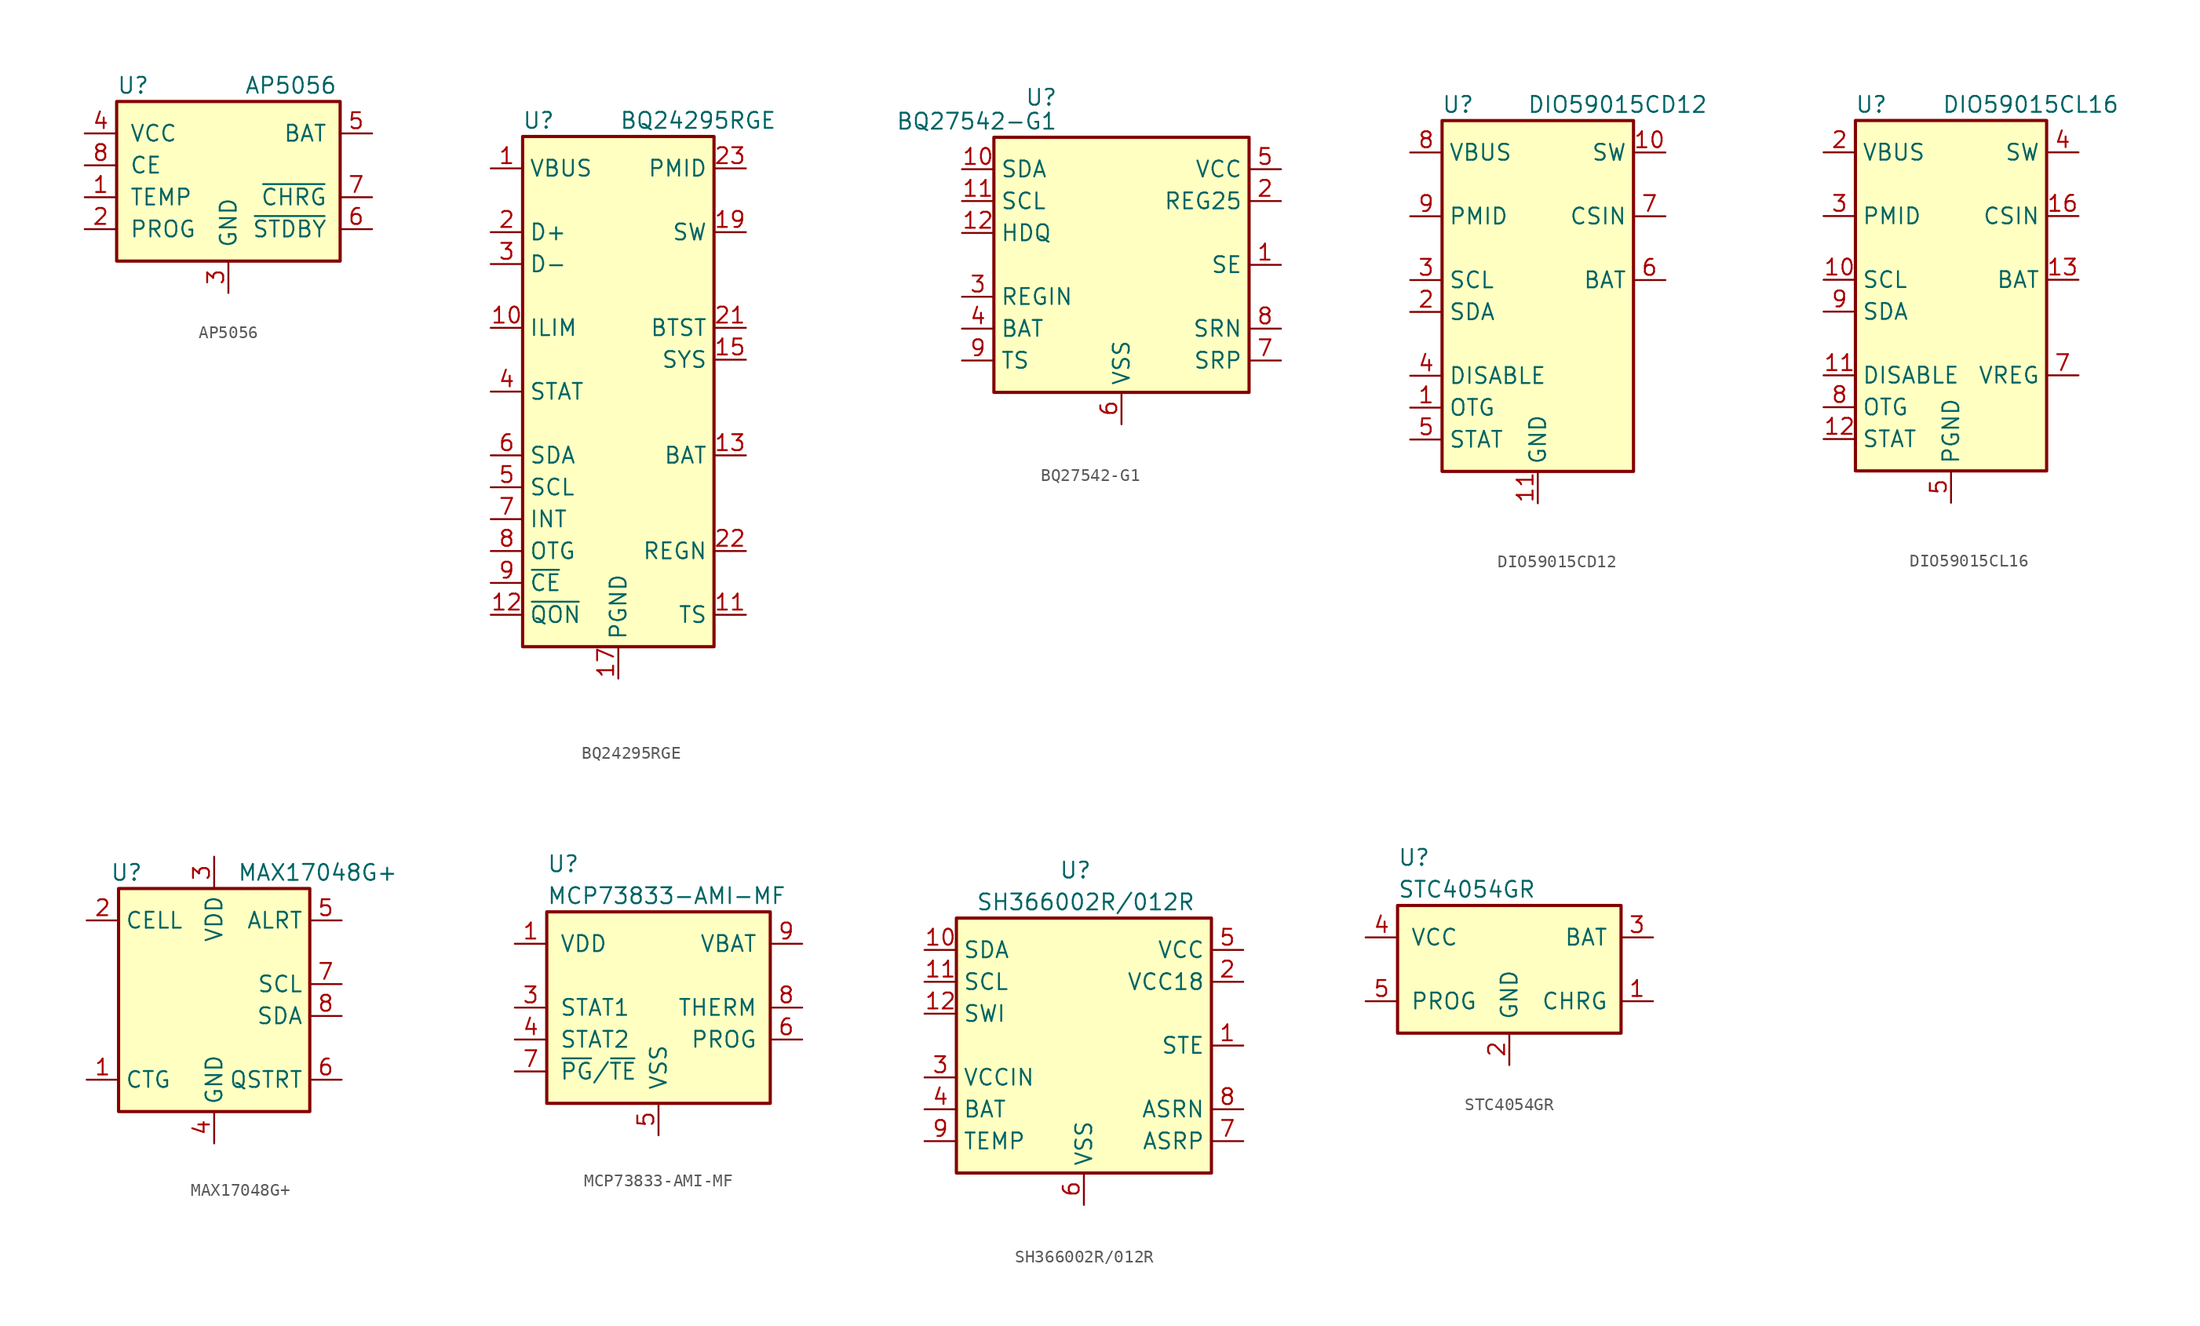
<source format=kicad_sym>
(kicad_symbol_lib
  (version 20220914)
  (generator kicad_symbol_editor)
  (symbol "AP5056"
    (pin_names
      (offset 1.016))
    (property "Reference" "U"
      (at -8.89 6.35 0)
      (effects (font (size 1.27 1.27)) (justify left)))
    (property "Value" "AP5056"
      (at 1.27 6.35 0)
      (effects (font (size 1.27 1.27)) (justify left)))
    (symbol "AP5056_0_1"
      (rectangle (start -8.89 5.08) (end 8.89 -7.62) (stroke (width 0.254) (type default)) (fill (type background))))
    (symbol "AP5056_1_1"
      (pin input line (at -11.43 -2.54 0) (length 2.54) (name "TEMP" (effects (font (size 1.27 1.27)))) (number "1" (effects (font (size 1.27 1.27)))))
      (pin input line (at -11.43 -5.08 0) (length 2.54) (name "PROG" (effects (font (size 1.27 1.27)))) (number "2" (effects (font (size 1.27 1.27)))))
      (pin power_in line (at 0 -10.16 90) (length 2.54) (name "GND" (effects (font (size 1.27 1.27)))) (number "3" (effects (font (size 1.27 1.27)))))
      (pin power_in line (at -11.43 2.54 0) (length 2.54) (name "VCC" (effects (font (size 1.27 1.27)))) (number "4" (effects (font (size 1.27 1.27)))))
      (pin power_out line (at 11.43 2.54 180) (length 2.54) (name "BAT" (effects (font (size 1.27 1.27)))) (number "5" (effects (font (size 1.27 1.27)))))
      (pin open_collector line (at 11.43 -5.08 180) (length 2.54) (name "~{STDBY}" (effects (font (size 1.27 1.27)))) (number "6" (effects (font (size 1.27 1.27)))))
      (pin open_collector line (at 11.43 -2.54 180) (length 2.54) (name "~{CHRG}" (effects (font (size 1.27 1.27)))) (number "7" (effects (font (size 1.27 1.27)))))
      (pin input line (at -11.43 0 0) (length 2.54) (name "CE" (effects (font (size 1.27 1.27)))) (number "8" (effects (font (size 1.27 1.27)))))
      (pin power_in line (at 0 -10.16 90) (length 2.54) hide (name "PAD" (effects (font (size 1.27 1.27)))) (number "9" (effects (font (size 1.27 1.27)))))))
  (symbol "BQ24295RGE"
    (property "Reference" "U"
      (at -6.35 21.59 0)
      (effects (font (size 1.27 1.27))))
    (property "Value" "BQ24295RGE"
      (at 6.35 21.59 0)
      (effects (font (size 1.27 1.27))))
    (symbol "BQ24295RGE_0_1"
      (rectangle (start -7.62 20.32) (end 7.62 -20.32) (stroke (width 0.254) (type default)) (fill (type background))))
    (symbol "BQ24295RGE_1_1"
      (pin power_in line (at -10.16 17.78 0) (length 2.54) (name "VBUS" (effects (font (size 1.27 1.27)))) (number "1" (effects (font (size 1.27 1.27)))))
      (pin passive line (at -10.16 5.08 0) (length 2.54) (name "ILIM" (effects (font (size 1.27 1.27)))) (number "10" (effects (font (size 1.27 1.27)))))
      (pin passive line (at 10.16 -17.78 180) (length 2.54) (name "TS" (effects (font (size 1.27 1.27)))) (number "11" (effects (font (size 1.27 1.27)))))
      (pin input line (at -10.16 -17.78 0) (length 2.54) (name "~{QON}" (effects (font (size 1.27 1.27)))) (number "12" (effects (font (size 1.27 1.27)))))
      (pin passive line (at 10.16 -5.08 180) (length 2.54) (name "BAT" (effects (font (size 1.27 1.27)))) (number "13" (effects (font (size 1.27 1.27)))))
      (pin passive line (at 10.16 -5.08 180) (length 2.54) hide (name "BAT" (effects (font (size 1.27 1.27)))) (number "14" (effects (font (size 1.27 1.27)))))
      (pin passive line (at 10.16 2.54 180) (length 2.54) (name "SYS" (effects (font (size 1.27 1.27)))) (number "15" (effects (font (size 1.27 1.27)))))
      (pin passive line (at 10.16 2.54 180) (length 2.54) hide (name "SYS" (effects (font (size 1.27 1.27)))) (number "16" (effects (font (size 1.27 1.27)))))
      (pin power_in line (at 0 -22.86 90) (length 2.54) (name "PGND" (effects (font (size 1.27 1.27)))) (number "17" (effects (font (size 1.27 1.27)))))
      (pin passive line (at 0 -22.86 90) (length 2.54) hide (name "PGND" (effects (font (size 1.27 1.27)))) (number "18" (effects (font (size 1.27 1.27)))))
      (pin power_out line (at 10.16 12.7 180) (length 2.54) (name "SW" (effects (font (size 1.27 1.27)))) (number "19" (effects (font (size 1.27 1.27)))))
      (pin bidirectional line (at -10.16 12.7 0) (length 2.54) (name "D+" (effects (font (size 1.27 1.27)))) (number "2" (effects (font (size 1.27 1.27)))))
      (pin passive line (at 10.16 12.7 180) (length 2.54) hide (name "SW" (effects (font (size 1.27 1.27)))) (number "20" (effects (font (size 1.27 1.27)))))
      (pin passive line (at 10.16 5.08 180) (length 2.54) (name "BTST" (effects (font (size 1.27 1.27)))) (number "21" (effects (font (size 1.27 1.27)))))
      (pin passive line (at 10.16 -12.7 180) (length 2.54) (name "REGN" (effects (font (size 1.27 1.27)))) (number "22" (effects (font (size 1.27 1.27)))))
      (pin power_out line (at 10.16 17.78 180) (length 2.54) (name "PMID" (effects (font (size 1.27 1.27)))) (number "23" (effects (font (size 1.27 1.27)))))
      (pin passive line (at -10.16 17.78 0) (length 2.54) hide (name "VBUS" (effects (font (size 1.27 1.27)))) (number "24" (effects (font (size 1.27 1.27)))))
      (pin passive line (at 0 -22.86 90) (length 2.54) hide (name "PGND" (effects (font (size 1.27 1.27)))) (number "25" (effects (font (size 1.27 1.27)))))
      (pin bidirectional line (at -10.16 10.16 0) (length 2.54) (name "D-" (effects (font (size 1.27 1.27)))) (number "3" (effects (font (size 1.27 1.27)))))
      (pin open_collector line (at -10.16 0 0) (length 2.54) (name "STAT" (effects (font (size 1.27 1.27)))) (number "4" (effects (font (size 1.27 1.27)))))
      (pin input line (at -10.16 -7.62 0) (length 2.54) (name "SCL" (effects (font (size 1.27 1.27)))) (number "5" (effects (font (size 1.27 1.27)))))
      (pin bidirectional line (at -10.16 -5.08 0) (length 2.54) (name "SDA" (effects (font (size 1.27 1.27)))) (number "6" (effects (font (size 1.27 1.27)))))
      (pin open_collector line (at -10.16 -10.16 0) (length 2.54) (name "INT" (effects (font (size 1.27 1.27)))) (number "7" (effects (font (size 1.27 1.27)))))
      (pin input line (at -10.16 -12.7 0) (length 2.54) (name "OTG" (effects (font (size 1.27 1.27)))) (number "8" (effects (font (size 1.27 1.27)))))
      (pin input line (at -10.16 -15.24 0) (length 2.54) (name "~{CE}" (effects (font (size 1.27 1.27)))) (number "9" (effects (font (size 1.27 1.27)))))))
  (symbol "BQ27542-G1"
    (property "Reference" "U"
      (at -5.08 13.335 0)
      (effects (font (size 1.27 1.27)) (justify right)))
    (property "Value" "BQ27542-G1"
      (at -5.08 11.43 0)
      (effects (font (size 1.27 1.27)) (justify right)))
    (symbol "BQ27542-G1_0_1"
      (rectangle (start -10.16 10.16) (end 10.16 -10.16) (stroke (width 0.254) (type default)) (fill (type background))))
    (symbol "BQ27542-G1_1_1"
      (pin output line (at 12.7 0 180) (length 2.54) (name "SE" (effects (font (size 1.27 1.27)))) (number "1" (effects (font (size 1.27 1.27)))))
      (pin bidirectional line (at -12.7 7.62 0) (length 2.54) (name "SDA" (effects (font (size 1.27 1.27)))) (number "10" (effects (font (size 1.27 1.27)))))
      (pin input line (at -12.7 5.08 0) (length 2.54) (name "SCL" (effects (font (size 1.27 1.27)))) (number "11" (effects (font (size 1.27 1.27)))))
      (pin bidirectional line (at -12.7 2.54 0) (length 2.54) (name "HDQ" (effects (font (size 1.27 1.27)))) (number "12" (effects (font (size 1.27 1.27)))))
      (pin passive line (at 0 -12.7 90) (length 2.54) hide (name "PAD" (effects (font (size 1.27 1.27)))) (number "13" (effects (font (size 1.27 1.27)))))
      (pin output line (at 12.7 5.08 180) (length 2.54) (name "REG25" (effects (font (size 1.27 1.27)))) (number "2" (effects (font (size 1.27 1.27)))))
      (pin input line (at -12.7 -2.54 0) (length 2.54) (name "REGIN" (effects (font (size 1.27 1.27)))) (number "3" (effects (font (size 1.27 1.27)))))
      (pin input line (at -12.7 -5.08 0) (length 2.54) (name "BAT" (effects (font (size 1.27 1.27)))) (number "4" (effects (font (size 1.27 1.27)))))
      (pin input line (at 12.7 7.62 180) (length 2.54) (name "VCC" (effects (font (size 1.27 1.27)))) (number "5" (effects (font (size 1.27 1.27)))))
      (pin power_in line (at 0 -12.7 90) (length 2.54) (name "VSS" (effects (font (size 1.27 1.27)))) (number "6" (effects (font (size 1.27 1.27)))))
      (pin input line (at 12.7 -7.62 180) (length 2.54) (name "SRP" (effects (font (size 1.27 1.27)))) (number "7" (effects (font (size 1.27 1.27)))))
      (pin input line (at 12.7 -5.08 180) (length 2.54) (name "SRN" (effects (font (size 1.27 1.27)))) (number "8" (effects (font (size 1.27 1.27)))))
      (pin input line (at -12.7 -7.62 0) (length 2.54) (name "TS" (effects (font (size 1.27 1.27)))) (number "9" (effects (font (size 1.27 1.27)))))))
  (symbol "DIO59015CD12"
    (property "Reference" "U"
      (at -6.35 15.24 0)
      (effects (font (size 1.27 1.27))))
    (property "Value" "DIO59015CD12"
      (at 6.35 15.24 0)
      (effects (font (size 1.27 1.27))))
    (symbol "DIO59015CD12_0_0"
      (pin passive line (at 0 -16.51 90) (length 2.54) hide (name "PAD" (effects (font (size 1.27 1.27)))) (number "13" (effects (font (size 1.27 1.27))))))
    (symbol "DIO59015CD12_0_1"
      (rectangle (start -7.62 13.97) (end 7.62 -13.97) (stroke (width 0.254) (type default)) (fill (type background))))
    (symbol "DIO59015CD12_1_1"
      (pin input line (at -10.16 -8.89 0) (length 2.54) (name "OTG" (effects (font (size 1.27 1.27)))) (number "1" (effects (font (size 1.27 1.27)))))
      (pin power_out line (at 10.16 11.43 180) (length 2.54) (name "SW" (effects (font (size 1.27 1.27)))) (number "10" (effects (font (size 1.27 1.27)))))
      (pin power_in line (at 0 -16.51 90) (length 2.54) (name "GND" (effects (font (size 1.27 1.27)))) (number "11" (effects (font (size 1.27 1.27)))))
      (pin passive line (at 0 -16.51 90) (length 2.54) hide (name "GND" (effects (font (size 1.27 1.27)))) (number "12" (effects (font (size 1.27 1.27)))))
      (pin bidirectional line (at -10.16 -1.27 0) (length 2.54) (name "SDA" (effects (font (size 1.27 1.27)))) (number "2" (effects (font (size 1.27 1.27)))))
      (pin input line (at -10.16 1.27 0) (length 2.54) (name "SCL" (effects (font (size 1.27 1.27)))) (number "3" (effects (font (size 1.27 1.27)))))
      (pin input line (at -10.16 -6.35 0) (length 2.54) (name "DISABLE" (effects (font (size 1.27 1.27)))) (number "4" (effects (font (size 1.27 1.27)))))
      (pin open_collector line (at -10.16 -11.43 0) (length 2.54) (name "STAT" (effects (font (size 1.27 1.27)))) (number "5" (effects (font (size 1.27 1.27)))))
      (pin passive line (at 10.16 1.27 180) (length 2.54) (name "BAT" (effects (font (size 1.27 1.27)))) (number "6" (effects (font (size 1.27 1.27)))))
      (pin passive line (at 10.16 6.35 180) (length 2.54) (name "CSIN" (effects (font (size 1.27 1.27)))) (number "7" (effects (font (size 1.27 1.27)))))
      (pin power_in line (at -10.16 11.43 0) (length 2.54) (name "VBUS" (effects (font (size 1.27 1.27)))) (number "8" (effects (font (size 1.27 1.27)))))
      (pin power_in line (at -10.16 6.35 0) (length 2.54) (name "PMID" (effects (font (size 1.27 1.27)))) (number "9" (effects (font (size 1.27 1.27)))))))
  (symbol "DIO59015CL16"
    (property "Reference" "U"
      (at -6.35 15.24 0)
      (effects (font (size 1.27 1.27))))
    (property "Value" "DIO59015CL16"
      (at 6.35 15.24 0)
      (effects (font (size 1.27 1.27))))
    (symbol "DIO59015CL16_0_0"
      (pin passive line (at 0 -16.51 90) (length 2.54) hide (name "PAD" (effects (font (size 1.27 1.27)))) (number "17" (effects (font (size 1.27 1.27))))))
    (symbol "DIO59015CL16_0_1"
      (rectangle (start -7.62 13.97) (end 7.62 -13.97) (stroke (width 0.254) (type default)) (fill (type background))))
    (symbol "DIO59015CL16_1_1"
      (pin no_connect line (at 10.16 -8.89 180) (length 2.54) hide (name "NC" (effects (font (size 1.27 1.27)))) (number "1" (effects (font (size 1.27 1.27)))))
      (pin input line (at -10.16 1.27 0) (length 2.54) (name "SCL" (effects (font (size 1.27 1.27)))) (number "10" (effects (font (size 1.27 1.27)))))
      (pin input line (at -10.16 -6.35 0) (length 2.54) (name "DISABLE" (effects (font (size 1.27 1.27)))) (number "11" (effects (font (size 1.27 1.27)))))
      (pin open_collector line (at -10.16 -11.43 0) (length 2.54) (name "STAT" (effects (font (size 1.27 1.27)))) (number "12" (effects (font (size 1.27 1.27)))))
      (pin passive line (at 10.16 1.27 180) (length 2.54) (name "BAT" (effects (font (size 1.27 1.27)))) (number "13" (effects (font (size 1.27 1.27)))))
      (pin no_connect line (at 10.16 -11.43 180) (length 2.54) hide (name "NC" (effects (font (size 1.27 1.27)))) (number "14" (effects (font (size 1.27 1.27)))))
      (pin passive line (at 10.16 1.27 180) (length 2.54) hide (name "BAT" (effects (font (size 1.27 1.27)))) (number "15" (effects (font (size 1.27 1.27)))))
      (pin passive line (at 10.16 6.35 180) (length 2.54) (name "CSIN" (effects (font (size 1.27 1.27)))) (number "16" (effects (font (size 1.27 1.27)))))
      (pin power_in line (at -10.16 11.43 0) (length 2.54) (name "VBUS" (effects (font (size 1.27 1.27)))) (number "2" (effects (font (size 1.27 1.27)))))
      (pin power_in line (at -10.16 6.35 0) (length 2.54) (name "PMID" (effects (font (size 1.27 1.27)))) (number "3" (effects (font (size 1.27 1.27)))))
      (pin power_out line (at 10.16 11.43 180) (length 2.54) (name "SW" (effects (font (size 1.27 1.27)))) (number "4" (effects (font (size 1.27 1.27)))))
      (pin power_in line (at 0 -16.51 90) (length 2.54) (name "PGND" (effects (font (size 1.27 1.27)))) (number "5" (effects (font (size 1.27 1.27)))))
      (pin passive line (at 0 -16.51 90) (length 2.54) hide (name "AGND" (effects (font (size 1.27 1.27)))) (number "6" (effects (font (size 1.27 1.27)))))
      (pin passive line (at 10.16 -6.35 180) (length 2.54) (name "VREG" (effects (font (size 1.27 1.27)))) (number "7" (effects (font (size 1.27 1.27)))))
      (pin input line (at -10.16 -8.89 0) (length 2.54) (name "OTG" (effects (font (size 1.27 1.27)))) (number "8" (effects (font (size 1.27 1.27)))))
      (pin bidirectional line (at -10.16 -1.27 0) (length 2.54) (name "SDA" (effects (font (size 1.27 1.27)))) (number "9" (effects (font (size 1.27 1.27)))))))
  (symbol "MAX17048G+"
    (property "Reference" "U"
      (at -6.985 10.16 0)
      (effects (font (size 1.27 1.27))))
    (property "Value" "MAX17048G+"
      (at 8.255 10.16 0)
      (effects (font (size 1.27 1.27))))
    (symbol "MAX17048G+_0_1"
      (rectangle (start -7.62 8.89) (end 7.62 -8.89) (stroke (width 0.254) (type default)) (fill (type background))))
    (symbol "MAX17048G+_1_1"
      (pin passive line (at -10.16 -6.35 0) (length 2.54) (name "CTG" (effects (font (size 1.27 1.27)))) (number "1" (effects (font (size 1.27 1.27)))))
      (pin input line (at -10.16 6.35 0) (length 2.54) (name "CELL" (effects (font (size 1.27 1.27)))) (number "2" (effects (font (size 1.27 1.27)))))
      (pin power_in line (at 0 11.43 270) (length 2.54) (name "VDD" (effects (font (size 1.27 1.27)))) (number "3" (effects (font (size 1.27 1.27)))))
      (pin power_in line (at 0 -11.43 90) (length 2.54) (name "GND" (effects (font (size 1.27 1.27)))) (number "4" (effects (font (size 1.27 1.27)))))
      (pin open_collector line (at 10.16 6.35 180) (length 2.54) (name "ALRT" (effects (font (size 1.27 1.27)))) (number "5" (effects (font (size 1.27 1.27)))))
      (pin input line (at 10.16 -6.35 180) (length 2.54) (name "QSTRT" (effects (font (size 1.27 1.27)))) (number "6" (effects (font (size 1.27 1.27)))))
      (pin input line (at 10.16 1.27 180) (length 2.54) (name "SCL" (effects (font (size 1.27 1.27)))) (number "7" (effects (font (size 1.27 1.27)))))
      (pin bidirectional line (at 10.16 -1.27 180) (length 2.54) (name "SDA" (effects (font (size 1.27 1.27)))) (number "8" (effects (font (size 1.27 1.27)))))
      (pin passive line (at 0 -11.43 90) (length 2.54) hide (name "EP" (effects (font (size 1.27 1.27)))) (number "9" (effects (font (size 1.27 1.27)))))))
  (symbol "MCP73833-AMI-MF"
    (pin_names
      (offset 1.016))
    (property "Reference" "U"
      (at -8.89 11.43 0)
      (effects (font (size 1.27 1.27)) (justify left)))
    (property "Value" "MCP73833-AMI-MF"
      (at -8.89 8.89 0)
      (effects (font (size 1.27 1.27)) (justify left)))
    (symbol "MCP73833-AMI-MF_0_1"
      (rectangle (start -8.89 7.62) (end 8.89 -7.62) (stroke (width 0.254) (type default)) (fill (type background))))
    (symbol "MCP73833-AMI-MF_1_1"
      (pin power_in line (at -11.43 5.08 0) (length 2.54) (name "VDD" (effects (font (size 1.27 1.27)))) (number "1" (effects (font (size 1.27 1.27)))))
      (pin passive line (at 11.43 5.08 180) (length 2.54) hide (name "VBAT" (effects (font (size 1.27 1.27)))) (number "10" (effects (font (size 1.27 1.27)))))
      (pin passive line (at 0 -10.16 90) (length 2.54) hide (name "VSS" (effects (font (size 1.27 1.27)))) (number "11" (effects (font (size 1.27 1.27)))))
      (pin power_in line (at -11.43 5.08 0) (length 2.54) hide (name "VDD" (effects (font (size 1.27 1.27)))) (number "2" (effects (font (size 1.27 1.27)))))
      (pin open_collector line (at -11.43 0 0) (length 2.54) (name "STAT1" (effects (font (size 1.27 1.27)))) (number "3" (effects (font (size 1.27 1.27)))))
      (pin open_collector line (at -11.43 -2.54 0) (length 2.54) (name "STAT2" (effects (font (size 1.27 1.27)))) (number "4" (effects (font (size 1.27 1.27)))))
      (pin power_in line (at 0 -10.16 90) (length 2.54) (name "VSS" (effects (font (size 1.27 1.27)))) (number "5" (effects (font (size 1.27 1.27)))))
      (pin input line (at 11.43 -2.54 180) (length 2.54) (name "PROG" (effects (font (size 1.27 1.27)))) (number "6" (effects (font (size 1.27 1.27)))))
      (pin open_collector line (at -11.43 -5.08 0) (length 2.54) (name "~{PG}/~{TE}" (effects (font (size 1.27 1.27)))) (number "7" (effects (font (size 1.27 1.27)))))
      (pin input line (at 11.43 0 180) (length 2.54) (name "THERM" (effects (font (size 1.27 1.27)))) (number "8" (effects (font (size 1.27 1.27)))))
      (pin power_out line (at 11.43 5.08 180) (length 2.54) (name "VBAT" (effects (font (size 1.27 1.27)))) (number "9" (effects (font (size 1.27 1.27)))))))
  (symbol "SH366002R/012R"
    (property "Reference" "U"
      (at 0.635 13.97 0)
      (effects (font (size 1.27 1.27)) (justify right)))
    (property "Value" "SH366002R{slash}012R"
      (at 8.89 11.43 0)
      (effects (font (size 1.27 1.27)) (justify right)))
    (symbol "SH366002R/012R_0_1"
      (rectangle (start -10.16 10.16) (end 10.16 -10.16) (stroke (width 0.254) (type default)) (fill (type background))))
    (symbol "SH366002R/012R_1_1"
      (pin output line (at 12.7 0 180) (length 2.54) (name "STE" (effects (font (size 1.27 1.27)))) (number "1" (effects (font (size 1.27 1.27)))))
      (pin bidirectional line (at -12.7 7.62 0) (length 2.54) (name "SDA" (effects (font (size 1.27 1.27)))) (number "10" (effects (font (size 1.27 1.27)))))
      (pin input line (at -12.7 5.08 0) (length 2.54) (name "SCL" (effects (font (size 1.27 1.27)))) (number "11" (effects (font (size 1.27 1.27)))))
      (pin bidirectional line (at -12.7 2.54 0) (length 2.54) (name "SWI" (effects (font (size 1.27 1.27)))) (number "12" (effects (font (size 1.27 1.27)))))
      (pin passive line (at 0 -12.7 90) (length 2.54) hide (name "PAD" (effects (font (size 1.27 1.27)))) (number "13" (effects (font (size 1.27 1.27)))))
      (pin output line (at 12.7 5.08 180) (length 2.54) (name "VCC18" (effects (font (size 1.27 1.27)))) (number "2" (effects (font (size 1.27 1.27)))))
      (pin input line (at -12.7 -2.54 0) (length 2.54) (name "VCCIN" (effects (font (size 1.27 1.27)))) (number "3" (effects (font (size 1.27 1.27)))))
      (pin input line (at -12.7 -5.08 0) (length 2.54) (name "BAT" (effects (font (size 1.27 1.27)))) (number "4" (effects (font (size 1.27 1.27)))))
      (pin input line (at 12.7 7.62 180) (length 2.54) (name "VCC" (effects (font (size 1.27 1.27)))) (number "5" (effects (font (size 1.27 1.27)))))
      (pin power_in line (at 0 -12.7 90) (length 2.54) (name "VSS" (effects (font (size 1.27 1.27)))) (number "6" (effects (font (size 1.27 1.27)))))
      (pin input line (at 12.7 -7.62 180) (length 2.54) (name "ASRP" (effects (font (size 1.27 1.27)))) (number "7" (effects (font (size 1.27 1.27)))))
      (pin input line (at 12.7 -5.08 180) (length 2.54) (name "ASRN" (effects (font (size 1.27 1.27)))) (number "8" (effects (font (size 1.27 1.27)))))
      (pin input line (at -12.7 -7.62 0) (length 2.54) (name "TEMP" (effects (font (size 1.27 1.27)))) (number "9" (effects (font (size 1.27 1.27)))))))
  (symbol "STC4054GR"
    (pin_names
      (offset 1.016))
    (property "Reference" "U"
      (at -8.89 8.89 0)
      (effects (font (size 1.27 1.27)) (justify left)))
    (property "Value" "STC4054GR"
      (at -8.89 6.35 0)
      (effects (font (size 1.27 1.27)) (justify left)))
    (symbol "STC4054GR_0_1"
      (rectangle (start -8.89 5.08) (end 8.89 -5.08) (stroke (width 0.254) (type default)) (fill (type background))))
    (symbol "STC4054GR_1_1"
      (pin open_collector line (at 11.43 -2.54 180) (length 2.54) (name "CHRG" (effects (font (size 1.27 1.27)))) (number "1" (effects (font (size 1.27 1.27)))))
      (pin power_in line (at 0 -7.62 90) (length 2.54) (name "GND" (effects (font (size 1.27 1.27)))) (number "2" (effects (font (size 1.27 1.27)))))
      (pin power_out line (at 11.43 2.54 180) (length 2.54) (name "BAT" (effects (font (size 1.27 1.27)))) (number "3" (effects (font (size 1.27 1.27)))))
      (pin power_in line (at -11.43 2.54 0) (length 2.54) (name "VCC" (effects (font (size 1.27 1.27)))) (number "4" (effects (font (size 1.27 1.27)))))
      (pin input line (at -11.43 -2.54 0) (length 2.54) (name "PROG" (effects (font (size 1.27 1.27)))) (number "5" (effects (font (size 1.27 1.27))))))))
</source>
